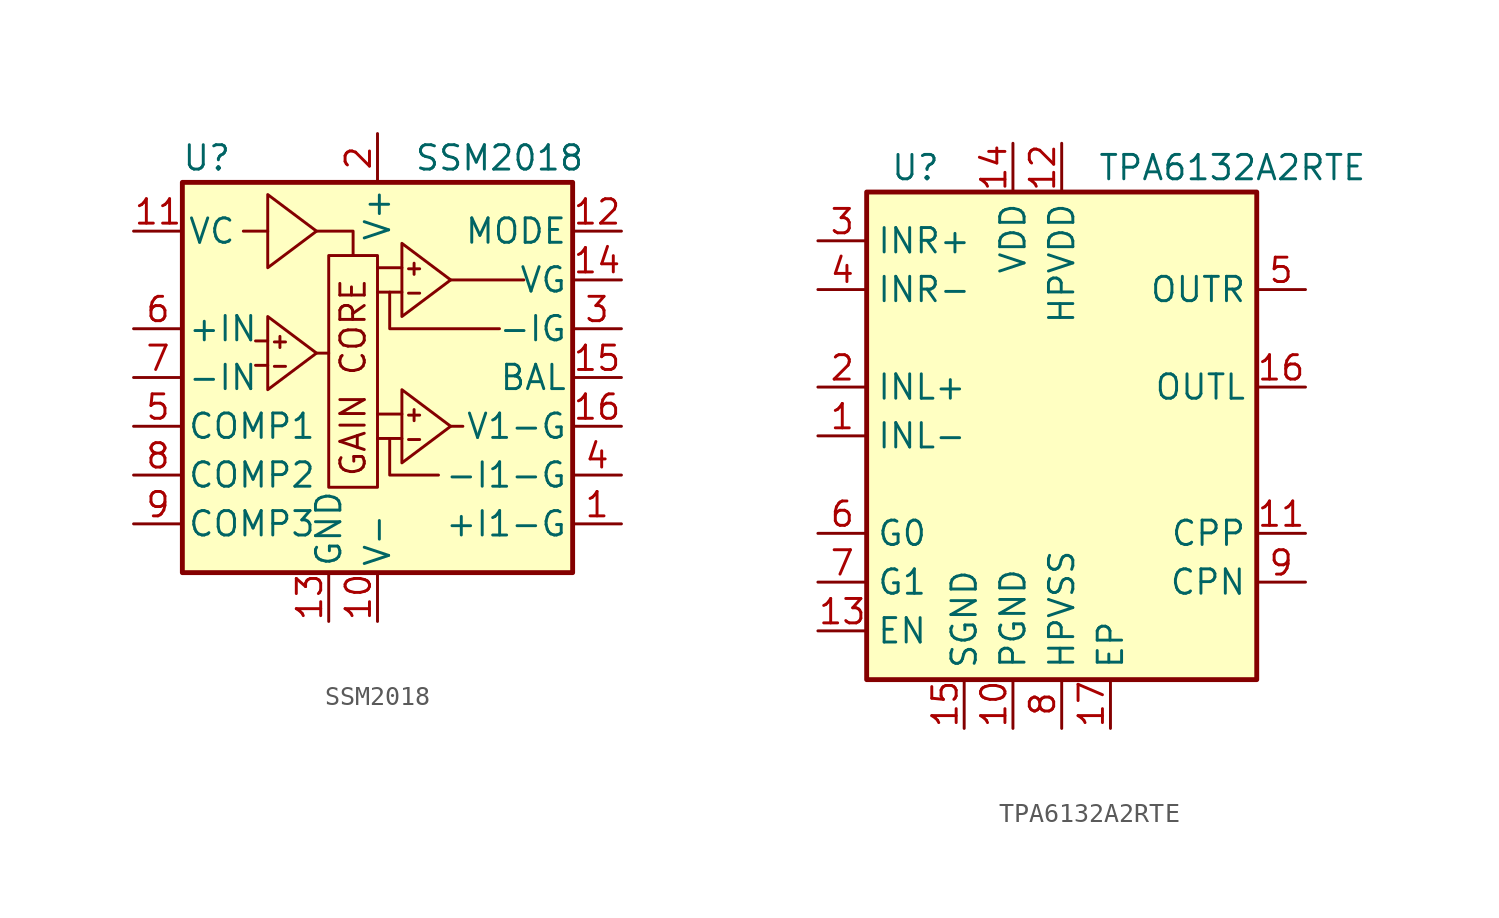
<source format=kicad_sym>
(kicad_symbol_lib
  (version 20201005)
  (generator kicad_symbol_editor)
  (symbol "SSM2018"
    (pin_names
      (offset 0.254))
    (property "Reference" "U"
      (at -8.89 11.43 0)
      (effects (font (size 1.27 1.27))))
    (property "Value" "SSM2018"
      (at 6.35 11.43 0)
      (effects (font (size 1.27 1.27))))
    (symbol "SSM2018_0_0"
      (text "+" (at -5.08 1.905 0) (effects (font (size 0.762 0.762))))
      (text "+" (at 1.905 -1.905 0) (effects (font (size 0.762 0.762))))
      (text "+" (at 1.905 5.715 0) (effects (font (size 0.762 0.762))))
      (text "-" (at -5.08 0.635 0) (effects (font (size 0.762 0.762))))
      (text "-" (at 1.905 -3.175 0) (effects (font (size 0.762 0.762))))
      (text "-" (at 1.905 4.445 0) (effects (font (size 0.762 0.762)))))
    (symbol "SSM2018_0_1"
      (text "GAIN CORE" (at -1.27 0 900) (effects (font (size 1.27 1.27))))
      (rectangle (start -2.54 6.35) (end 0 -5.715) (stroke (width 0)) (fill (type none)))
      (rectangle (start -10.16 10.16) (end 10.16 -10.16) (stroke (width 0.254)) (fill (type background)))
      (polyline (pts (xy -5.715 0.635) (xy -6.35 0.635)) (stroke (width 0)) (fill (type none)))
      (polyline (pts (xy -5.715 1.905) (xy -6.35 1.905)) (stroke (width 0)) (fill (type none)))
      (polyline (pts (xy -5.715 7.62) (xy -6.985 7.62)) (stroke (width 0)) (fill (type none)))
      (polyline (pts (xy -3.175 1.27) (xy -2.54 1.27)) (stroke (width 0)) (fill (type none)))
      (polyline (pts (xy 0 -1.905) (xy 1.27 -1.905)) (stroke (width 0)) (fill (type none)))
      (polyline (pts (xy 0 5.715) (xy 1.27 5.715)) (stroke (width 0)) (fill (type none)))
      (polyline (pts (xy 1.27 -3.175) (xy 0 -3.175)) (stroke (width 0)) (fill (type none)))
      (polyline (pts (xy 1.27 4.445) (xy 0 4.445)) (stroke (width 0)) (fill (type none)))
      (polyline (pts (xy 3.81 -2.54) (xy 4.445 -2.54)) (stroke (width 0)) (fill (type none)))
      (polyline (pts (xy 3.81 5.08) (xy 7.62 5.08)) (stroke (width 0)) (fill (type none)))
      (polyline (pts (xy -3.175 7.62) (xy -1.27 7.62) (xy -1.27 6.35)) (stroke (width 0)) (fill (type none)))
      (polyline (pts (xy 0.635 -3.175) (xy 0.635 -5.08) (xy 3.175 -5.08)) (stroke (width 0)) (fill (type none)))
      (polyline (pts (xy 0.635 4.445) (xy 0.635 2.54) (xy 6.35 2.54)) (stroke (width 0)) (fill (type none)))
      (polyline (pts (xy -5.715 3.175) (xy -3.175 1.27) (xy -5.715 -0.635) (xy -5.715 3.175)) (stroke (width 0)) (fill (type none)))
      (polyline (pts (xy -5.715 9.525) (xy -3.175 7.62) (xy -5.715 5.715) (xy -5.715 9.525)) (stroke (width 0)) (fill (type none)))
      (polyline (pts (xy 1.27 -0.635) (xy 3.81 -2.54) (xy 1.27 -4.445) (xy 1.27 -0.635)) (stroke (width 0)) (fill (type none)))
      (polyline (pts (xy 1.27 6.985) (xy 3.81 5.08) (xy 1.27 3.175) (xy 1.27 6.985)) (stroke (width 0)) (fill (type none)))
      (pin passive line (at -12.7 -7.62 0) (length 2.54) (name "COMP3" (effects (font (size 1.27 1.27)))) (number "9" (effects (font (size 1.27 1.27))))))
    (symbol "SSM2018_1_1"
      (pin output line (at 12.7 -7.62 180) (length 2.54) (name "+I1-G" (effects (font (size 1.27 1.27)))) (number "1" (effects (font (size 1.27 1.27)))))
      (pin power_in line (at 0 -12.7 90) (length 2.54) (name "V-" (effects (font (size 1.27 1.27)))) (number "10" (effects (font (size 1.27 1.27)))))
      (pin input line (at -12.7 7.62 0) (length 2.54) (name "VC" (effects (font (size 1.27 1.27)))) (number "11" (effects (font (size 1.27 1.27)))))
      (pin input line (at 12.7 7.62 180) (length 2.54) (name "MODE" (effects (font (size 1.27 1.27)))) (number "12" (effects (font (size 1.27 1.27)))))
      (pin power_in line (at -2.54 -12.7 90) (length 2.54) (name "GND" (effects (font (size 1.27 1.27)))) (number "13" (effects (font (size 1.27 1.27)))))
      (pin output line (at 12.7 5.08 180) (length 2.54) (name "VG" (effects (font (size 1.27 1.27)))) (number "14" (effects (font (size 1.27 1.27)))))
      (pin input line (at 12.7 0 180) (length 2.54) (name "BAL" (effects (font (size 1.27 1.27)))) (number "15" (effects (font (size 1.27 1.27)))))
      (pin output line (at 12.7 -2.54 180) (length 2.54) (name "V1-G" (effects (font (size 1.27 1.27)))) (number "16" (effects (font (size 1.27 1.27)))))
      (pin power_in line (at 0 12.7 270) (length 2.54) (name "V+" (effects (font (size 1.27 1.27)))) (number "2" (effects (font (size 1.27 1.27)))))
      (pin output line (at 12.7 2.54 180) (length 2.54) (name "-IG" (effects (font (size 1.27 1.27)))) (number "3" (effects (font (size 1.27 1.27)))))
      (pin output line (at 12.7 -5.08 180) (length 2.54) (name "-I1-G" (effects (font (size 1.27 1.27)))) (number "4" (effects (font (size 1.27 1.27)))))
      (pin passive line (at -12.7 -2.54 0) (length 2.54) (name "COMP1" (effects (font (size 1.27 1.27)))) (number "5" (effects (font (size 1.27 1.27)))))
      (pin input line (at -12.7 2.54 0) (length 2.54) (name "+IN" (effects (font (size 1.27 1.27)))) (number "6" (effects (font (size 1.27 1.27)))))
      (pin input line (at -12.7 0 0) (length 2.54) (name "-IN" (effects (font (size 1.27 1.27)))) (number "7" (effects (font (size 1.27 1.27)))))
      (pin passive line (at -12.7 -5.08 0) (length 2.54) (name "COMP2" (effects (font (size 1.27 1.27)))) (number "8" (effects (font (size 1.27 1.27)))))))
  (symbol "TPA6132A2RTE"
    (property "Reference" "U"
      (at -7.62 13.97 0)
      (effects (font (size 1.27 1.27))))
    (property "Value" "TPA6132A2RTE"
      (at 8.89 13.97 0)
      (effects (font (size 1.27 1.27))))
    (symbol "TPA6132A2RTE_0_1"
      (rectangle (start -10.16 12.7) (end 10.16 -12.7) (stroke (width 0.254)) (fill (type background))))
    (symbol "TPA6132A2RTE_1_1"
      (pin input line (at -12.7 0 0) (length 2.54) (name "INL-" (effects (font (size 1.27 1.27)))) (number "1" (effects (font (size 1.27 1.27)))))
      (pin power_in line (at -2.54 -15.24 90) (length 2.54) (name "PGND" (effects (font (size 1.27 1.27)))) (number "10" (effects (font (size 1.27 1.27)))))
      (pin passive line (at 12.7 -5.08 180) (length 2.54) (name "CPP" (effects (font (size 1.27 1.27)))) (number "11" (effects (font (size 1.27 1.27)))))
      (pin power_in line (at 0 15.24 270) (length 2.54) (name "HPVDD" (effects (font (size 1.27 1.27)))) (number "12" (effects (font (size 1.27 1.27)))))
      (pin input line (at -12.7 -10.16 0) (length 2.54) (name "EN" (effects (font (size 1.27 1.27)))) (number "13" (effects (font (size 1.27 1.27)))))
      (pin power_in line (at -2.54 15.24 270) (length 2.54) (name "VDD" (effects (font (size 1.27 1.27)))) (number "14" (effects (font (size 1.27 1.27)))))
      (pin power_in line (at -5.08 -15.24 90) (length 2.54) (name "SGND" (effects (font (size 1.27 1.27)))) (number "15" (effects (font (size 1.27 1.27)))))
      (pin output line (at 12.7 2.54 180) (length 2.54) (name "OUTL" (effects (font (size 1.27 1.27)))) (number "16" (effects (font (size 1.27 1.27)))))
      (pin passive line (at 2.54 -15.24 90) (length 2.54) (name "EP" (effects (font (size 1.27 1.27)))) (number "17" (effects (font (size 1.27 1.27)))))
      (pin input line (at -12.7 2.54 0) (length 2.54) (name "INL+" (effects (font (size 1.27 1.27)))) (number "2" (effects (font (size 1.27 1.27)))))
      (pin input line (at -12.7 10.16 0) (length 2.54) (name "INR+" (effects (font (size 1.27 1.27)))) (number "3" (effects (font (size 1.27 1.27)))))
      (pin input line (at -12.7 7.62 0) (length 2.54) (name "INR-" (effects (font (size 1.27 1.27)))) (number "4" (effects (font (size 1.27 1.27)))))
      (pin output line (at 12.7 7.62 180) (length 2.54) (name "OUTR" (effects (font (size 1.27 1.27)))) (number "5" (effects (font (size 1.27 1.27)))))
      (pin input line (at -12.7 -5.08 0) (length 2.54) (name "G0" (effects (font (size 1.27 1.27)))) (number "6" (effects (font (size 1.27 1.27)))))
      (pin input line (at -12.7 -7.62 0) (length 2.54) (name "G1" (effects (font (size 1.27 1.27)))) (number "7" (effects (font (size 1.27 1.27)))))
      (pin power_in line (at 0 -15.24 90) (length 2.54) (name "HPVSS" (effects (font (size 1.27 1.27)))) (number "8" (effects (font (size 1.27 1.27)))))
      (pin passive line (at 12.7 -7.62 180) (length 2.54) (name "CPN" (effects (font (size 1.27 1.27)))) (number "9" (effects (font (size 1.27 1.27))))))))
</source>
